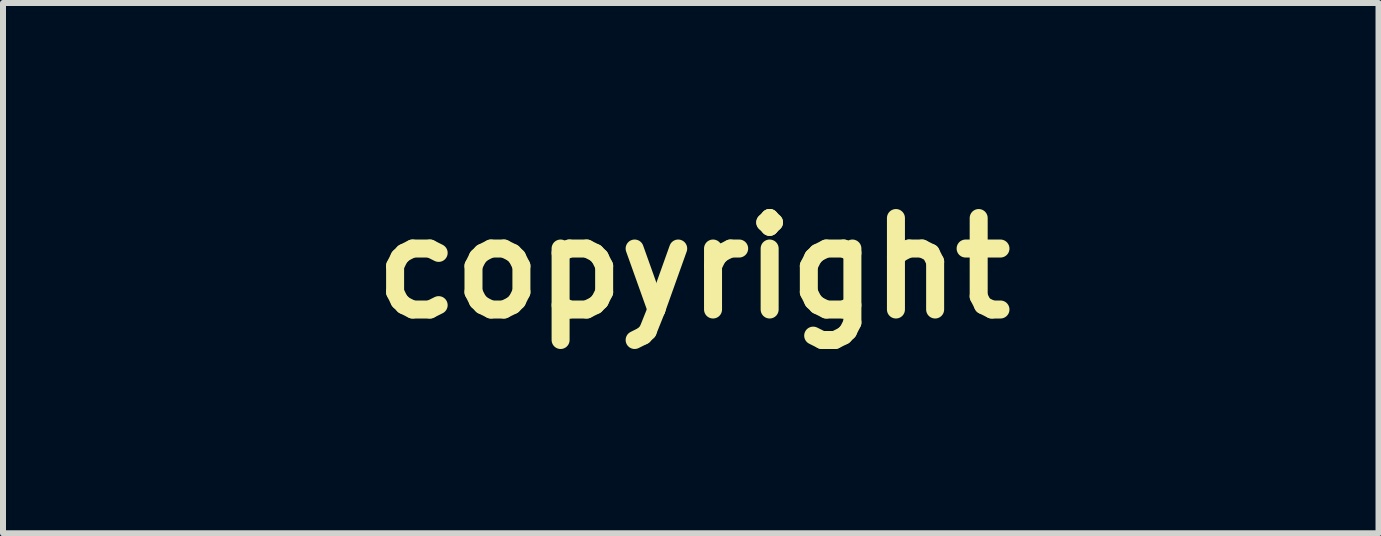
<source format=kicad_pcb>
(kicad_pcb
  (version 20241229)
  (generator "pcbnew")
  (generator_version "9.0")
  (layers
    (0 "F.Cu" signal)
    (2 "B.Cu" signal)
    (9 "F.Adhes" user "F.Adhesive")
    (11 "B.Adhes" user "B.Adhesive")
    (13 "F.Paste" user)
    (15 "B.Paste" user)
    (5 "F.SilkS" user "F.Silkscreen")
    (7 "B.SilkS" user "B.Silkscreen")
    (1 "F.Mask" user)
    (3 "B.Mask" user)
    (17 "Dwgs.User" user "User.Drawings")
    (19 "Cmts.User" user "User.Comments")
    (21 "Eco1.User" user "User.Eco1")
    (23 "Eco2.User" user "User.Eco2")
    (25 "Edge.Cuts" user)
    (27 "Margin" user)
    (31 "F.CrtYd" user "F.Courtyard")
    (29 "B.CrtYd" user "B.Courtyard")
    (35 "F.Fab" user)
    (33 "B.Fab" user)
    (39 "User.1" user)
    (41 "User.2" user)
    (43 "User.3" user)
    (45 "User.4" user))
  (footprint "copyright"
    (layer "F.Cu")
    (at 8.505 1.418)
    (property "Reference" "copyright" (at 0 0 0) (layer "F.SilkS") (effects (font (size 1.524 1.524) (thickness 0.3))))
    (attr through_hole)
    (fp_poly (pts (xy -7.345 -0.486) (xy -7.225 -0.454) (xy -7.202 -0.417) (xy -7.266 -0.386) (xy -7.411 -0.371) (xy -7.431 -0.37) (xy -7.638 -0.346) (xy -7.769 -0.263) (xy -7.833 -0.112) (xy -7.839 0.121) (xy -7.836 0.159) (xy -7.784 0.33) (xy -7.66 0.433) (xy -7.456 0.475) (xy -7.397 0.476) (xy -7.241 0.486) (xy -7.17 0.512) (xy -7.17 0.529) (xy -7.239 0.561) (xy -7.373 0.58) (xy -7.442 0.582) (xy -7.62 0.566) (xy -7.752 0.502) (xy -7.836 0.427) (xy -7.953 0.271) (xy -7.99 0.099) (xy -7.99 0.081) (xy -7.949 -0.174) (xy -7.832 -0.36) (xy -7.647 -0.469) (xy -7.403 -0.493) (xy -7.345 -0.486)) (stroke (width 0.01) (type solid)) (fill yes) (layer "F.Mask"))
    (fp_poly (pts (xy 1.14 -0.343) (xy 1.277 -0.288) (xy 1.431 -0.153) (xy 1.536 0.046) (xy 1.584 0.278) (xy 1.565 0.509) (xy 1.521 0.63) (xy 1.393 0.789) (xy 1.208 0.911) (xy 1.004 0.98) (xy 0.816 0.978) (xy 0.794 0.971) (xy 0.552 0.845) (xy 0.396 0.657) (xy 0.323 0.404) (xy 0.318 0.294) (xy 0.32 0.281) (xy 0.476 0.281) (xy 0.502 0.541) (xy 0.583 0.716) (xy 0.729 0.815) (xy 0.946 0.847) (xy 0.953 0.847) (xy 1.124 0.836) (xy 1.233 0.794) (xy 1.319 0.707) (xy 1.399 0.535) (xy 1.429 0.314) (xy 1.406 0.09) (xy 1.37 -0.018) (xy 1.252 -0.163) (xy 1.077 -0.245) (xy 0.881 -0.26) (xy 0.694 -0.201) (xy 0.606 -0.135) (xy 0.525 -0.031) (xy 0.486 0.094) (xy 0.476 0.281) (xy 0.32 0.281) (xy 0.363 0.036) (xy 0.486 -0.168) (xy 0.669 -0.307) (xy 0.893 -0.369) (xy 1.14 -0.343)) (stroke (width 0.01) (type solid)) (fill yes) (layer "F.Mask"))
    (fp_poly (pts (xy 7.966 -0.343) (xy 8.103 -0.288) (xy 8.257 -0.153) (xy 8.363 0.046) (xy 8.41 0.278) (xy 8.392 0.509) (xy 8.347 0.63) (xy 8.219 0.789) (xy 8.035 0.911) (xy 7.831 0.98) (xy 7.642 0.978) (xy 7.62 0.971) (xy 7.378 0.845) (xy 7.222 0.657) (xy 7.149 0.404) (xy 7.144 0.294) (xy 7.146 0.281) (xy 7.303 0.281) (xy 7.328 0.541) (xy 7.41 0.716) (xy 7.555 0.815) (xy 7.772 0.847) (xy 7.779 0.847) (xy 7.95 0.836) (xy 8.059 0.794) (xy 8.145 0.707) (xy 8.225 0.535) (xy 8.256 0.314) (xy 8.233 0.09) (xy 8.196 -0.018) (xy 8.078 -0.163) (xy 7.904 -0.245) (xy 7.707 -0.26) (xy 7.52 -0.201) (xy 7.432 -0.135) (xy 7.352 -0.031) (xy 7.313 0.094) (xy 7.303 0.281) (xy 7.146 0.281) (xy 7.189 0.036) (xy 7.313 -0.168) (xy 7.496 -0.307) (xy 7.72 -0.369) (xy 7.966 -0.343)) (stroke (width 0.01) (type solid)) (fill yes) (layer "F.Mask"))
    (fp_poly (pts (xy -6.062 -0.798) (xy -6.039 -0.669) (xy -6.023 -0.486) (xy -6.021 -0.444) (xy -6.006 -0.042) (xy -5.556 -0.443) (xy -5.37 -0.603) (xy -5.206 -0.733) (xy -5.084 -0.818) (xy -5.027 -0.844) (xy -5.01 -0.823) (xy -5.055 -0.757) (xy -5.168 -0.641) (xy -5.353 -0.469) (xy -5.616 -0.237) (xy -5.634 -0.221) (xy -5.897 0.007) (xy -5.396 0.477) (xy -5.216 0.651) (xy -5.076 0.796) (xy -4.988 0.9) (xy -4.964 0.948) (xy -4.968 0.95) (xy -5.033 0.917) (xy -5.157 0.824) (xy -5.324 0.687) (xy -5.516 0.517) (xy -5.537 0.498) (xy -6.032 0.043) (xy -6.032 0.498) (xy -6.038 0.718) (xy -6.054 0.875) (xy -6.078 0.949) (xy -6.085 0.953) (xy -6.106 0.901) (xy -6.122 0.751) (xy -6.133 0.511) (xy -6.138 0.188) (xy -6.138 0.053) (xy -6.135 -0.276) (xy -6.127 -0.541) (xy -6.115 -0.73) (xy -6.098 -0.832) (xy -6.088 -0.847) (xy -6.062 -0.798)) (stroke (width 0.01) (type solid)) (fill yes) (layer "F.Mask"))
    (fp_poly (pts (xy -3.591 -0.302) (xy -3.568 -0.243) (xy -3.554 -0.126) (xy -3.547 0.067) (xy -3.545 0.318) (xy -3.55 0.608) (xy -3.563 0.816) (xy -3.583 0.931) (xy -3.6 0.953) (xy -3.665 0.91) (xy -3.684 0.875) (xy -3.721 0.826) (xy -3.79 0.846) (xy -3.828 0.869) (xy -4.048 0.957) (xy -4.283 0.973) (xy -4.32 0.967) (xy -4.453 0.922) (xy -4.543 0.831) (xy -4.599 0.679) (xy -4.625 0.45) (xy -4.63 0.224) (xy -4.625 -0.04) (xy -4.608 -0.209) (xy -4.579 -0.293) (xy -4.564 -0.304) (xy -4.531 -0.287) (xy -4.51 -0.202) (xy -4.5 -0.034) (xy -4.498 0.158) (xy -4.493 0.441) (xy -4.472 0.635) (xy -4.427 0.756) (xy -4.351 0.82) (xy -4.235 0.844) (xy -4.161 0.847) (xy -3.972 0.828) (xy -3.841 0.761) (xy -3.759 0.633) (xy -3.716 0.43) (xy -3.704 0.142) (xy -3.701 -0.086) (xy -3.689 -0.226) (xy -3.665 -0.297) (xy -3.626 -0.317) (xy -3.625 -0.318) (xy -3.591 -0.302)) (stroke (width 0.01) (type solid)) (fill yes) (layer "F.Mask"))
    (fp_poly (pts (xy 4.923 -0.337) (xy 5.038 -0.305) (xy 5.134 -0.231) (xy 5.19 -0.171) (xy 5.291 -0.034) (xy 5.336 0.11) (xy 5.345 0.262) (xy 5.334 0.446) (xy 5.308 0.608) (xy 5.294 0.655) (xy 5.182 0.814) (xy 5 0.925) (xy 4.78 0.977) (xy 4.552 0.957) (xy 4.532 0.952) (xy 4.318 0.836) (xy 4.171 0.652) (xy 4.1 0.417) (xy 4.111 0.245) (xy 4.24 0.245) (xy 4.254 0.473) (xy 4.339 0.675) (xy 4.393 0.742) (xy 4.537 0.822) (xy 4.728 0.85) (xy 4.92 0.827) (xy 5.069 0.751) (xy 5.077 0.744) (xy 5.179 0.575) (xy 5.22 0.362) (xy 5.2 0.138) (xy 5.124 -0.06) (xy 5.011 -0.185) (xy 4.824 -0.257) (xy 4.617 -0.246) (xy 4.432 -0.155) (xy 4.42 -0.146) (xy 4.295 0.027) (xy 4.24 0.245) (xy 4.111 0.245) (xy 4.116 0.151) (xy 4.125 0.116) (xy 4.226 -0.118) (xy 4.386 -0.266) (xy 4.614 -0.336) (xy 4.745 -0.344) (xy 4.923 -0.337)) (stroke (width 0.01) (type solid)) (fill yes) (layer "F.Mask"))
    (fp_poly (pts (xy -7.166 -0.801) (xy -6.924 -0.676) (xy -6.729 -0.499) (xy -6.59 -0.283) (xy -6.518 -0.043) (xy -6.523 0.209) (xy -6.615 0.457) (xy -6.707 0.588) (xy -6.921 0.77) (xy -7.191 0.893) (xy -7.484 0.949) (xy -7.767 0.93) (xy -7.877 0.896) (xy -8.152 0.737) (xy -8.354 0.517) (xy -8.474 0.253) (xy -8.5 -0.032) (xy -8.394 -0.032) (xy -8.377 0.225) (xy -8.268 0.467) (xy -8.069 0.677) (xy -7.969 0.747) (xy -7.75 0.828) (xy -7.49 0.85) (xy -7.233 0.813) (xy -7.034 0.726) (xy -6.801 0.519) (xy -6.662 0.278) (xy -6.621 0.017) (xy -6.682 -0.255) (xy -6.7 -0.297) (xy -6.858 -0.514) (xy -7.077 -0.666) (xy -7.336 -0.749) (xy -7.61 -0.76) (xy -7.877 -0.694) (xy -8.111 -0.548) (xy -8.141 -0.521) (xy -8.316 -0.286) (xy -8.394 -0.032) (xy -8.5 -0.032) (xy -8.5 -0.038) (xy -8.493 -0.099) (xy -8.407 -0.342) (xy -8.239 -0.562) (xy -8.013 -0.735) (xy -7.751 -0.836) (xy -7.75 -0.837) (xy -7.445 -0.859) (xy -7.166 -0.801)) (stroke (width 0.01) (type solid)) (fill yes) (layer "F.Mask"))
    (fp_poly (pts (xy 2.767 -0.826) (xy 2.791 -0.752) (xy 2.803 -0.604) (xy 2.805 -0.444) (xy 2.805 -0.042) (xy 3.179 -0.378) (xy 3.403 -0.578) (xy 3.564 -0.714) (xy 3.675 -0.797) (xy 3.748 -0.836) (xy 3.798 -0.841) (xy 3.807 -0.839) (xy 3.791 -0.799) (xy 3.707 -0.705) (xy 3.57 -0.571) (xy 3.393 -0.411) (xy 3.39 -0.408) (xy 2.918 0.004) (xy 3.377 0.435) (xy 3.593 0.638) (xy 3.738 0.781) (xy 3.822 0.874) (xy 3.852 0.926) (xy 3.839 0.949) (xy 3.808 0.953) (xy 3.747 0.917) (xy 3.628 0.822) (xy 3.471 0.682) (xy 3.31 0.529) (xy 3.136 0.361) (xy 2.988 0.225) (xy 2.884 0.135) (xy 2.841 0.106) (xy 2.824 0.155) (xy 2.811 0.284) (xy 2.805 0.469) (xy 2.805 0.529) (xy 2.799 0.762) (xy 2.78 0.899) (xy 2.744 0.95) (xy 2.688 0.924) (xy 2.681 0.917) (xy 2.669 0.855) (xy 2.659 0.705) (xy 2.651 0.487) (xy 2.647 0.218) (xy 2.646 0.018) (xy 2.647 -0.308) (xy 2.652 -0.543) (xy 2.661 -0.699) (xy 2.677 -0.793) (xy 2.699 -0.837) (xy 2.725 -0.847) (xy 2.767 -0.826)) (stroke (width 0.01) (type solid)) (fill yes) (layer "F.Mask"))
    (fp_poly (pts (xy -0.353 -0.36) (xy -0.298 -0.35) (xy -0.174 -0.308) (xy -0.089 -0.242) (xy -0.037 -0.133) (xy -0.01 0.037) (xy -0.001 0.287) (xy 0 0.401) (xy -0.005 0.654) (xy -0.018 0.838) (xy -0.039 0.938) (xy -0.053 0.953) (xy -0.096 0.908) (xy -0.106 0.845) (xy -0.111 0.776) (xy -0.143 0.769) (xy -0.229 0.825) (xy -0.251 0.841) (xy -0.428 0.932) (xy -0.619 0.98) (xy -0.779 0.973) (xy -0.794 0.968) (xy -0.96 0.859) (xy -1.047 0.702) (xy -1.048 0.641) (xy -0.937 0.641) (xy -0.898 0.744) (xy -0.801 0.824) (xy -0.649 0.85) (xy -0.477 0.825) (xy -0.32 0.749) (xy -0.294 0.728) (xy -0.187 0.59) (xy -0.126 0.437) (xy -0.093 0.265) (xy -0.383 0.265) (xy -0.637 0.292) (xy -0.82 0.37) (xy -0.923 0.489) (xy -0.937 0.641) (xy -1.048 0.641) (xy -1.05 0.524) (xy -0.962 0.354) (xy -0.927 0.319) (xy -0.803 0.236) (xy -0.627 0.185) (xy -0.464 0.164) (xy -0.284 0.144) (xy -0.186 0.12) (xy -0.148 0.079) (xy -0.145 0.011) (xy -0.147 -0.000154) (xy -0.188 -0.137) (xy -0.285 -0.218) (xy -0.452 -0.25) (xy -0.688 -0.24) (xy -0.873 -0.226) (xy -0.966 -0.23) (xy -0.981 -0.255) (xy -0.97 -0.268) (xy -0.873 -0.315) (xy -0.71 -0.349) (xy -0.524 -0.366) (xy -0.353 -0.36)) (stroke (width 0.01) (type solid)) (fill yes) (layer "F.Mask"))
    (fp_poly (pts (xy 5.795 -0.851) (xy 5.814 -0.719) (xy 5.821 -0.527) (xy 5.821 -0.521) (xy 5.822 -0.327) (xy 5.831 -0.221) (xy 5.852 -0.187) (xy 5.891 -0.207) (xy 5.92 -0.232) (xy 6.099 -0.332) (xy 6.311 -0.361) (xy 6.524 -0.323) (xy 6.704 -0.223) (xy 6.802 -0.101) (xy 6.858 0.081) (xy 6.877 0.311) (xy 6.86 0.537) (xy 6.829 0.655) (xy 6.715 0.816) (xy 6.533 0.929) (xy 6.315 0.98) (xy 6.155 0.97) (xy 6.033 0.917) (xy 5.977 0.87) (xy 5.891 0.801) (xy 5.833 0.817) (xy 5.821 0.873) (xy 5.792 0.944) (xy 5.768 0.953) (xy 5.747 0.901) (xy 5.732 0.751) (xy 5.721 0.51) (xy 5.718 0.316) (xy 5.821 0.316) (xy 5.833 0.502) (xy 5.879 0.628) (xy 5.951 0.717) (xy 6.117 0.816) (xy 6.324 0.85) (xy 6.526 0.811) (xy 6.561 0.794) (xy 6.66 0.688) (xy 6.729 0.514) (xy 6.757 0.306) (xy 6.747 0.158) (xy 6.669 -0.054) (xy 6.531 -0.195) (xy 6.357 -0.258) (xy 6.167 -0.235) (xy 5.984 -0.118) (xy 5.976 -0.11) (xy 5.879 0.006) (xy 5.833 0.127) (xy 5.821 0.303) (xy 5.821 0.316) (xy 5.718 0.316) (xy 5.716 0.185) (xy 5.715 0.026) (xy 5.718 -0.331) (xy 5.727 -0.608) (xy 5.74 -0.797) (xy 5.759 -0.89) (xy 5.768 -0.9) (xy 5.795 -0.851)) (stroke (width 0.01) (type solid)) (fill yes) (layer "F.Mask"))
    (fp_poly (pts (xy -2.515 -0.347) (xy -2.357 -0.257) (xy -2.245 -0.19) (xy -2.18 -0.193) (xy -2.178 -0.196) (xy -2.053 -0.3) (xy -1.88 -0.348) (xy -1.697 -0.338) (xy -1.544 -0.268) (xy -1.502 -0.225) (xy -1.473 -0.139) (xy -1.45 0.016) (xy -1.436 0.214) (xy -1.429 0.429) (xy -1.43 0.636) (xy -1.44 0.808) (xy -1.46 0.922) (xy -1.482 0.953) (xy -1.507 0.903) (xy -1.526 0.765) (xy -1.535 0.559) (xy -1.535 0.489) (xy -1.544 0.248) (xy -1.565 0.044) (xy -1.596 -0.091) (xy -1.603 -0.106) (xy -1.711 -0.224) (xy -1.857 -0.256) (xy -2.015 -0.199) (xy -2.089 -0.138) (xy -2.153 -0.066) (xy -2.193 0.013) (xy -2.213 0.126) (xy -2.221 0.298) (xy -2.223 0.474) (xy -2.228 0.703) (xy -2.243 0.866) (xy -2.266 0.947) (xy -2.275 0.953) (xy -2.301 0.903) (xy -2.319 0.765) (xy -2.329 0.559) (xy -2.329 0.489) (xy -2.337 0.248) (xy -2.359 0.044) (xy -2.39 -0.091) (xy -2.396 -0.106) (xy -2.505 -0.224) (xy -2.651 -0.256) (xy -2.809 -0.199) (xy -2.883 -0.138) (xy -2.947 -0.066) (xy -2.986 0.013) (xy -3.007 0.126) (xy -3.015 0.298) (xy -3.016 0.474) (xy -3.022 0.703) (xy -3.037 0.866) (xy -3.06 0.947) (xy -3.069 0.953) (xy -3.092 0.902) (xy -3.11 0.757) (xy -3.12 0.531) (xy -3.122 0.318) (xy -3.118 0.039) (xy -3.106 -0.167) (xy -3.087 -0.289) (xy -3.069 -0.318) (xy -3.023 -0.274) (xy -3.016 -0.234) (xy -3.003 -0.188) (xy -2.948 -0.208) (xy -2.877 -0.261) (xy -2.694 -0.356) (xy -2.515 -0.347)) (stroke (width 0.01) (type solid)) (fill yes) (layer "F.Mask")))
  (gr_rect
    (start -3 -3)
    (end 19.921 5.836)
    (stroke (width 0.1) (type default))
    (fill no)
    (layer "Edge.Cuts")))
</source>
